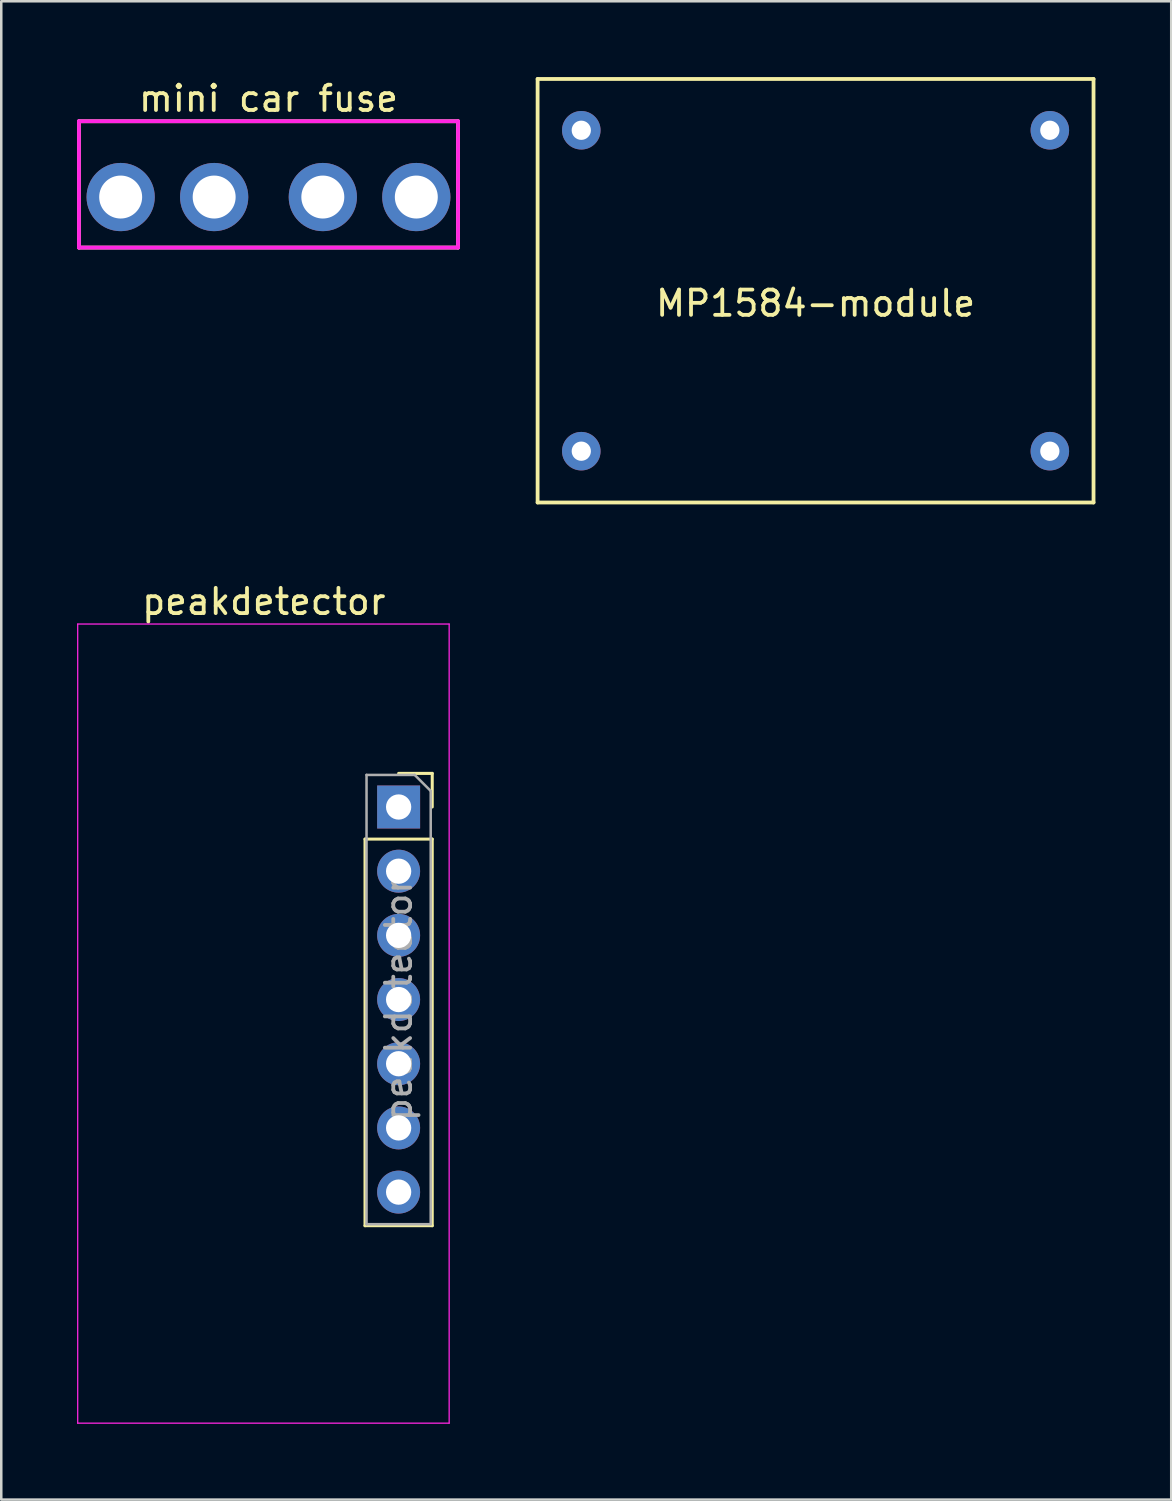
<source format=kicad_pcb>
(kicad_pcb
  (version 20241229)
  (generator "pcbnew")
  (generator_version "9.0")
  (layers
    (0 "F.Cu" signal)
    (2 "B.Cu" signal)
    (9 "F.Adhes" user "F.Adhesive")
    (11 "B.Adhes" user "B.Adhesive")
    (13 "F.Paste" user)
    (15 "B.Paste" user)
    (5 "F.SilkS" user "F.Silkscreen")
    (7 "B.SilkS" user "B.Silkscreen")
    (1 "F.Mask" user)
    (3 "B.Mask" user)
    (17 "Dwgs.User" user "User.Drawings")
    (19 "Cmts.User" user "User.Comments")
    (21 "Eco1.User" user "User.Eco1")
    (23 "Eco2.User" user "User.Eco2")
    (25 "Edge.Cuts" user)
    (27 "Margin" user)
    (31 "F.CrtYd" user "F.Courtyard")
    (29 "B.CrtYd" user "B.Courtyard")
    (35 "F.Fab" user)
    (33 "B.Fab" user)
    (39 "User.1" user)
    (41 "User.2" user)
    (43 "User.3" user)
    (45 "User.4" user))
  (footprint "peakdetector"
    (layer "F.Cu")
    (at 12.725 28.886)
    (property "Reference" "peakdetector" (at -5.334 -8.128 0) (layer "F.SilkS") (effects (font (size 1 1) (thickness 0.15))))
    (attr through_hole)
    (fp_line (start -1.33 1.27) (end -1.33 16.57) (stroke (width 0.12) (type solid)) (layer "F.SilkS"))
    (fp_line (start -1.33 1.27) (end 1.33 1.27) (stroke (width 0.12) (type solid)) (layer "F.SilkS"))
    (fp_line (start -1.33 16.57) (end 1.33 16.57) (stroke (width 0.12) (type solid)) (layer "F.SilkS"))
    (fp_line (start 0 -1.33) (end 1.33 -1.33) (stroke (width 0.12) (type solid)) (layer "F.SilkS"))
    (fp_line (start 1.33 -1.33) (end 1.33 0) (stroke (width 0.12) (type solid)) (layer "F.SilkS"))
    (fp_line (start 1.33 1.27) (end 1.33 16.57) (stroke (width 0.12) (type solid)) (layer "F.SilkS"))
    (fp_line (start -12.7 -7.24) (end 2 -7.24) (stroke (width 0.05) (type solid)) (layer "F.CrtYd"))
    (fp_line (start -12.7 24.384) (end -12.7 -7.24) (stroke (width 0.05) (type solid)) (layer "F.CrtYd"))
    (fp_line (start 2 -7.24) (end 2 24.384) (stroke (width 0.05) (type solid)) (layer "F.CrtYd"))
    (fp_line (start 2 24.384) (end -12.7 24.384) (stroke (width 0.05) (type solid)) (layer "F.CrtYd"))
    (fp_line (start -1.27 -1.27) (end 0.635 -1.27) (stroke (width 0.1) (type solid)) (layer "F.Fab"))
    (fp_line (start -1.27 16.51) (end -1.27 -1.27) (stroke (width 0.1) (type solid)) (layer "F.Fab"))
    (fp_line (start 0.635 -1.27) (end 1.27 -0.635) (stroke (width 0.1) (type solid)) (layer "F.Fab"))
    (fp_line (start 1.27 -0.635) (end 1.27 16.51) (stroke (width 0.1) (type solid)) (layer "F.Fab"))
    (fp_line (start 1.27 16.51) (end -1.27 16.51) (stroke (width 0.1) (type solid)) (layer "F.Fab"))
    (fp_text user "${REFERENCE}" (at 0 7.62 90) (layer "F.Fab") (effects (font (size 1 1) (thickness 0.15))))
    (pad "1" thru_hole rect (at 0 0) (size 1.7 1.7) (drill 1) (layers "*.Cu" "*.Mask"))
    (pad "2" thru_hole oval (at 0 2.54) (size 1.7 1.7) (drill 1) (layers "*.Cu" "*.Mask"))
    (pad "3" thru_hole oval (at 0 5.08) (size 1.7 1.7) (drill 1) (layers "*.Cu" "*.Mask"))
    (pad "4" thru_hole oval (at 0 7.62) (size 1.7 1.7) (drill 1) (layers "*.Cu" "*.Mask"))
    (pad "5" thru_hole oval (at 0 10.16) (size 1.7 1.7) (drill 1) (layers "*.Cu" "*.Mask"))
    (pad "6" thru_hole oval (at 0 12.7) (size 1.7 1.7) (drill 1) (layers "*.Cu" "*.Mask"))
    (pad "7" thru_hole oval (at 0 15.24) (size 1.7 1.7) (drill 1) (layers "*.Cu" "*.Mask")))
  (footprint "mini car fuse"
    (layer "F.Cu")
    (at 7.575 4.248)
    (property "Reference" "mini car fuse" (at 0 -3.4 0) (layer "F.SilkS") (effects (font (size 1 1) (thickness 0.15))))
    (attr through_hole)
    (fp_line (start -7.5 -2.5) (end -7.5 2.5) (stroke (width 0.15) (type solid)) (layer "F.SilkS"))
    (fp_line (start -7.5 2.5) (end 7.5 2.5) (stroke (width 0.15) (type solid)) (layer "F.SilkS"))
    (fp_line (start 7.5 -2.5) (end -7.5 -2.5) (stroke (width 0.15) (type solid)) (layer "F.SilkS"))
    (fp_line (start 7.5 2.5) (end 7.5 -2.5) (stroke (width 0.15) (type solid)) (layer "F.SilkS"))
    (fp_line (start -7.5 -2.5) (end -7.5 2.5) (stroke (width 0.15) (type solid)) (layer "F.CrtYd"))
    (fp_line (start -7.5 2.5) (end 7.5 2.5) (stroke (width 0.15) (type solid)) (layer "F.CrtYd"))
    (fp_line (start 7.5 -2.5) (end -7.5 -2.5) (stroke (width 0.15) (type solid)) (layer "F.CrtYd"))
    (fp_line (start 7.5 2.5) (end 7.5 -2.5) (stroke (width 0.15) (type solid)) (layer "F.CrtYd"))
    (pad "1" thru_hole circle (at -5.85 0.5) (size 2.7 2.7) (drill 1.7) (layers "*.Cu" "*.Mask"))
    (pad "1" thru_hole circle (at -2.15 0.5) (size 2.7 2.7) (drill 1.7) (layers "*.Cu" "*.Mask"))
    (pad "2" thru_hole circle (at 2.15 0.5) (size 2.7 2.7) (drill 1.7) (layers "*.Cu" "*.Mask"))
    (pad "2" thru_hole circle (at 5.85 0.5) (size 2.7 2.7) (drill 1.7) (layers "*.Cu" "*.Mask")))
  (footprint "MP1584-module"
    (layer "F.Cu")
    (at 29.225 8.455)
    (property "Reference" "MP1584-module" (at 0 0.5 0) (layer "F.SilkS") (effects (font (size 1 1) (thickness 0.15))))
    (attr through_hole)
    (fp_line (start -11 -8.38) (end 11 -8.38) (stroke (width 0.15) (type solid)) (layer "F.SilkS"))
    (fp_line (start -11 8.38) (end -11 -8.38) (stroke (width 0.15) (type solid)) (layer "F.SilkS"))
    (fp_line (start 11 -8.38) (end 11 8.38) (stroke (width 0.15) (type solid)) (layer "F.SilkS"))
    (fp_line (start 11 8.38) (end -11 8.38) (stroke (width 0.15) (type solid)) (layer "F.SilkS"))
    (pad "IN+" thru_hole circle (at -9.271 6.35) (size 1.524 1.524) (drill 0.762) (layers "*.Cu" "*.Mask"))
    (pad "IN-" thru_hole circle (at -9.271 -6.35) (size 1.524 1.524) (drill 0.762) (layers "*.Cu" "*.Mask"))
    (pad "OUT+" thru_hole circle (at 9.271 6.35) (size 1.524 1.524) (drill 0.762) (layers "*.Cu" "*.Mask"))
    (pad "OUT-" thru_hole circle (at 9.271 -6.35) (size 1.524 1.524) (drill 0.762) (layers "*.Cu" "*.Mask")))
  (gr_rect
    (start -3 -3)
    (end 43.3 56.295)
    (stroke (width 0.1) (type default))
    (fill no)
    (layer "Edge.Cuts")))
</source>
